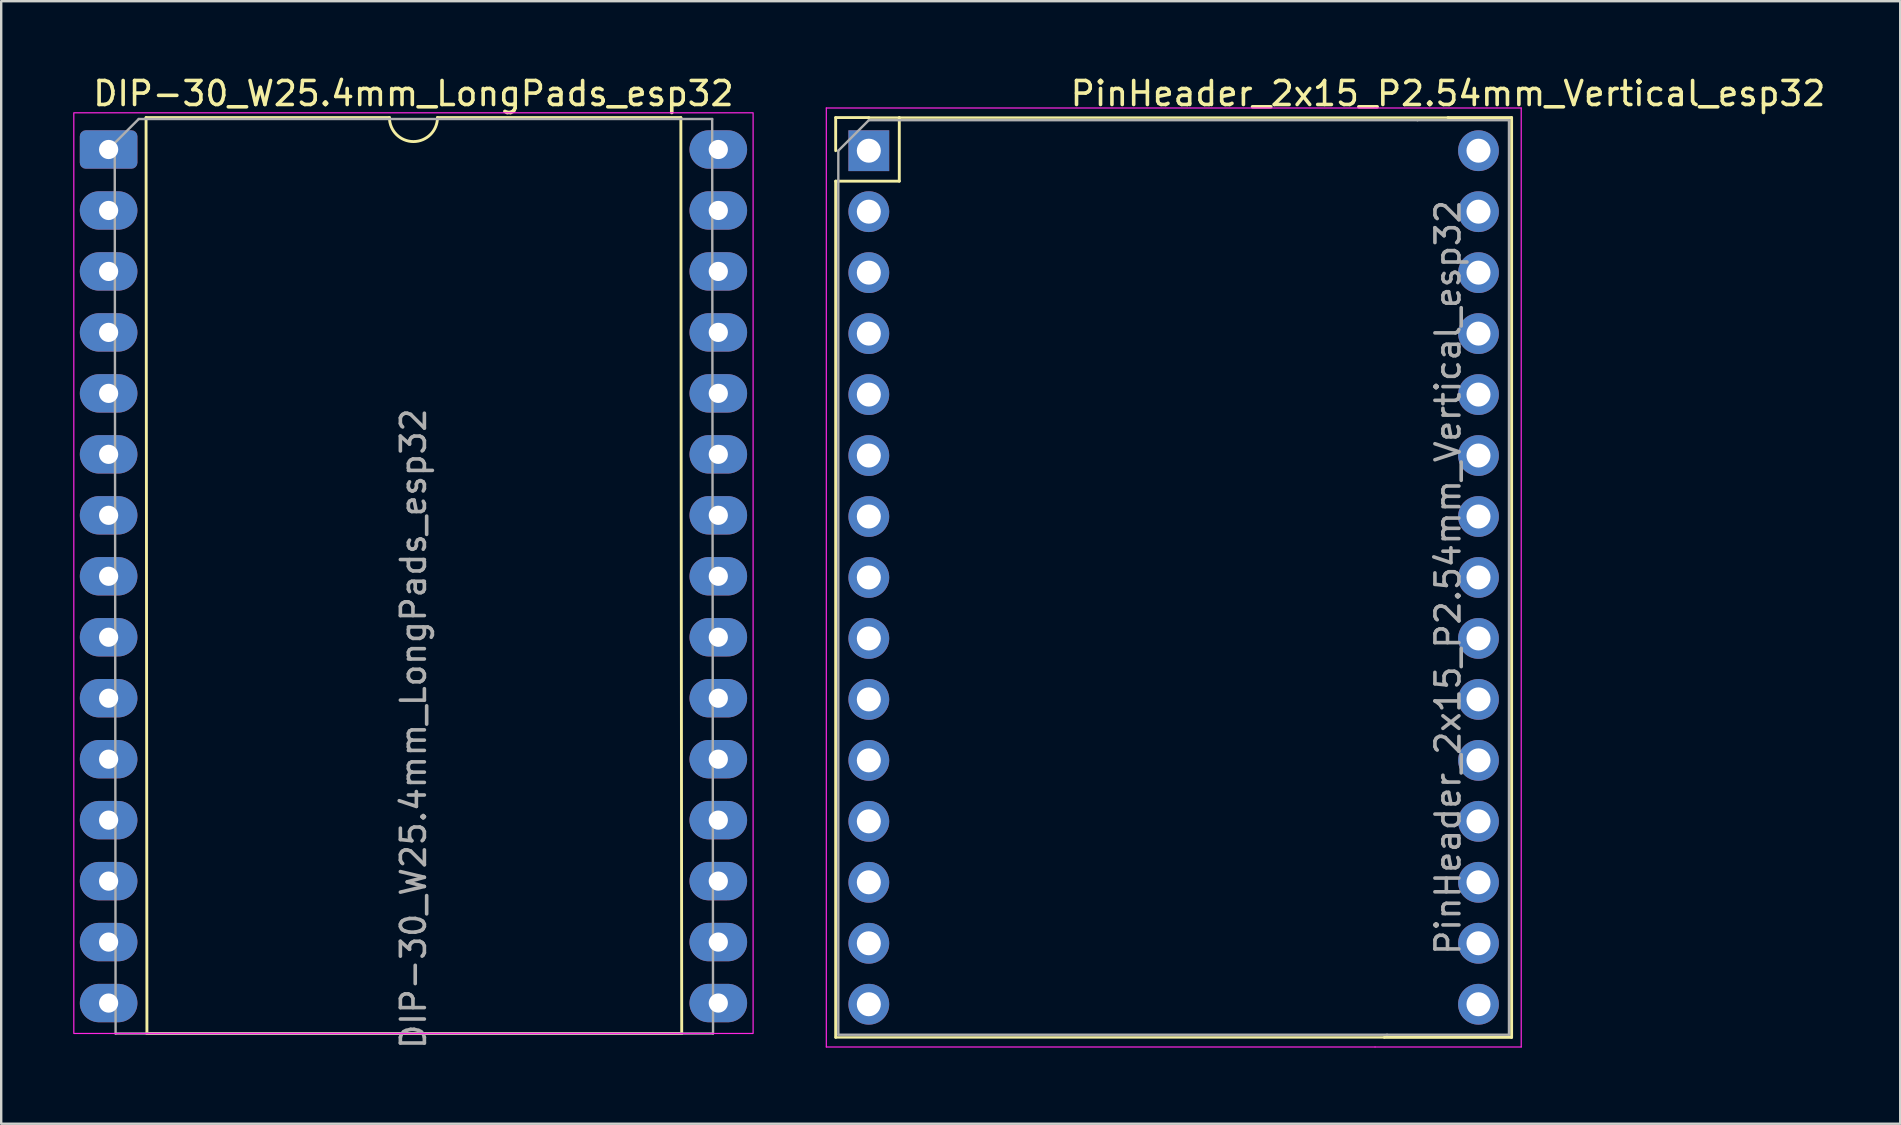
<source format=kicad_pcb>
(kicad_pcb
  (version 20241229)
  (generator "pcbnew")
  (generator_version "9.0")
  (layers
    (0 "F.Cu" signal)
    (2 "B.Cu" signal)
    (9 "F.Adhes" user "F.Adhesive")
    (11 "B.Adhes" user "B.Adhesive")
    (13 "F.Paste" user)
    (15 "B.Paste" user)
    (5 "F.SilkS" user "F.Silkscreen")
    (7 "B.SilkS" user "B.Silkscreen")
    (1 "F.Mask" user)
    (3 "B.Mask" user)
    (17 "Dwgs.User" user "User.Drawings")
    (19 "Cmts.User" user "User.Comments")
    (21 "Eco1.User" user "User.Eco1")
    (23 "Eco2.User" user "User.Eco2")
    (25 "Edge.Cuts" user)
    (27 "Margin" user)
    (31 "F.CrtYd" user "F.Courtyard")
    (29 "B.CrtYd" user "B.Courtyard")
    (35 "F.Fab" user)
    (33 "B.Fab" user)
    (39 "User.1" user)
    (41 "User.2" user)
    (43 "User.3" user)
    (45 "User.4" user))
  (footprint "DIP-30_W25.4mm_LongPads_esp32"
    (layer "F.Cu")
    (at 1.475 3.178)
    (property "Reference" "DIP-30_W25.4mm_LongPads_esp32" (at 12.7 -2.33 0) (layer "F.SilkS") (effects (font (size 1 1) (thickness 0.15))))
    (attr through_hole)
    (fp_line (start 1.56 -1.33) (end 1.596 36.83) (stroke (width 0.12) (type solid)) (layer "F.SilkS"))
    (fp_line (start 1.596 36.83) (end 23.876 36.83) (stroke (width 0.12) (type solid)) (layer "F.SilkS"))
    (fp_line (start 11.7 -1.33) (end 1.56 -1.33) (stroke (width 0.12) (type solid)) (layer "F.SilkS"))
    (fp_line (start 23.84 -1.33) (end 13.7 -1.33) (stroke (width 0.12) (type solid)) (layer "F.SilkS"))
    (fp_line (start 23.876 36.83) (end 23.84 -1.33) (stroke (width 0.12) (type solid)) (layer "F.SilkS"))
    (fp_arc (start 13.7 -1.33) (mid 12.7 -0.33) (end 11.7 -1.33) (stroke (width 0.12) (type solid)) (layer "F.SilkS"))
    (fp_rect (start -1.45 -1.53) (end 26.85 36.826) (stroke (width 0.05) (type solid)) (fill no) (layer "F.CrtYd"))
    (fp_line (start 0.255 -0.27) (end 1.255 -1.27) (stroke (width 0.1) (type solid)) (layer "F.Fab"))
    (fp_line (start 0.291 36.83) (end 0.255 -0.27) (stroke (width 0.1) (type solid)) (layer "F.Fab"))
    (fp_line (start 1.255 -1.27) (end 25.145 -1.27) (stroke (width 0.1) (type solid)) (layer "F.Fab"))
    (fp_line (start 25.145 -1.27) (end 25.181 36.83) (stroke (width 0.1) (type solid)) (layer "F.Fab"))
    (fp_line (start 25.181 36.83) (end 0.291 36.83) (stroke (width 0.1) (type solid)) (layer "F.Fab"))
    (fp_text user "${REFERENCE}" (at 12.7 24.13 90) (layer "F.Fab") (effects (font (size 1 1) (thickness 0.15))))
    (pad "1" thru_hole oval (at 0 35.56) (size 2.4 1.6) (drill 0.8) (layers "*.Cu" "*.Mask"))
    (pad "2" thru_hole oval (at 0 33.02) (size 2.4 1.6) (drill 0.8) (layers "*.Cu" "*.Mask"))
    (pad "3" thru_hole oval (at 0 30.48) (size 2.4 1.6) (drill 0.8) (layers "*.Cu" "*.Mask"))
    (pad "4" thru_hole oval (at 0 27.94) (size 2.4 1.6) (drill 0.8) (layers "*.Cu" "*.Mask"))
    (pad "5" thru_hole oval (at 0 25.4) (size 2.4 1.6) (drill 0.8) (layers "*.Cu" "*.Mask"))
    (pad "6" thru_hole oval (at 0 22.86) (size 2.4 1.6) (drill 0.8) (layers "*.Cu" "*.Mask"))
    (pad "7" thru_hole oval (at 0 20.32) (size 2.4 1.6) (drill 0.8) (layers "*.Cu" "*.Mask"))
    (pad "8" thru_hole oval (at 0 17.78) (size 2.4 1.6) (drill 0.8) (layers "*.Cu" "*.Mask"))
    (pad "9" thru_hole oval (at 0 15.24) (size 2.4 1.6) (drill 0.8) (layers "*.Cu" "*.Mask"))
    (pad "10" thru_hole oval (at 0 12.7) (size 2.4 1.6) (drill 0.8) (layers "*.Cu" "*.Mask"))
    (pad "11" thru_hole oval (at 0 10.16) (size 2.4 1.6) (drill 0.8) (layers "*.Cu" "*.Mask"))
    (pad "12" thru_hole oval (at 0 7.62) (size 2.4 1.6) (drill 0.8) (layers "*.Cu" "*.Mask"))
    (pad "13" thru_hole oval (at 0 5.08) (size 2.4 1.6) (drill 0.8) (layers "*.Cu" "*.Mask"))
    (pad "14" thru_hole oval (at 0 2.54) (size 2.4 1.6) (drill 0.8) (layers "*.Cu" "*.Mask"))
    (pad "15" thru_hole roundrect (at 0 0) (size 2.4 1.6) (drill 0.8) (layers "*.Cu" "*.Mask") (roundrect_rratio 0.156))
    (pad "16" thru_hole oval (at 25.4 35.56) (size 2.4 1.6) (drill 0.8) (layers "*.Cu" "*.Mask"))
    (pad "17" thru_hole oval (at 25.4 33.02) (size 2.4 1.6) (drill 0.8) (layers "*.Cu" "*.Mask"))
    (pad "18" thru_hole oval (at 25.4 30.48) (size 2.4 1.6) (drill 0.8) (layers "*.Cu" "*.Mask"))
    (pad "19" thru_hole oval (at 25.4 27.94) (size 2.4 1.6) (drill 0.8) (layers "*.Cu" "*.Mask"))
    (pad "20" thru_hole oval (at 25.4 25.4) (size 2.4 1.6) (drill 0.8) (layers "*.Cu" "*.Mask"))
    (pad "21" thru_hole oval (at 25.4 22.86) (size 2.4 1.6) (drill 0.8) (layers "*.Cu" "*.Mask"))
    (pad "22" thru_hole oval (at 25.4 20.32) (size 2.4 1.6) (drill 0.8) (layers "*.Cu" "*.Mask"))
    (pad "23" thru_hole oval (at 25.4 17.78) (size 2.4 1.6) (drill 0.8) (layers "*.Cu" "*.Mask"))
    (pad "24" thru_hole oval (at 25.4 15.24) (size 2.4 1.6) (drill 0.8) (layers "*.Cu" "*.Mask"))
    (pad "25" thru_hole oval (at 25.4 12.7) (size 2.4 1.6) (drill 0.8) (layers "*.Cu" "*.Mask"))
    (pad "26" thru_hole oval (at 25.4 10.16) (size 2.4 1.6) (drill 0.8) (layers "*.Cu" "*.Mask"))
    (pad "27" thru_hole oval (at 25.4 7.62) (size 2.4 1.6) (drill 0.8) (layers "*.Cu" "*.Mask"))
    (pad "28" thru_hole oval (at 25.4 5.08) (size 2.4 1.6) (drill 0.8) (layers "*.Cu" "*.Mask"))
    (pad "29" thru_hole oval (at 25.4 2.54) (size 2.4 1.6) (drill 0.8) (layers "*.Cu" "*.Mask"))
    (pad "30" thru_hole oval (at 25.4 0) (size 2.4 1.6) (drill 0.8) (layers "*.Cu" "*.Mask")))
  (footprint "PinHeader_2x15_P2.54mm_Vertical_esp32"
    (layer "F.Cu")
    (at 33.145 3.228)
    (property "Reference" "PinHeader_2x15_P2.54mm_Vertical_esp32" (at 24.13 -2.38 0) (layer "F.SilkS") (effects (font (size 1 1) (thickness 0.15))))
    (attr through_hole)
    (fp_line (start -1.38 -1.38) (end 0 -1.38) (stroke (width 0.12) (type solid)) (layer "F.SilkS"))
    (fp_line (start -1.38 0) (end -1.38 -1.38) (stroke (width 0.12) (type solid)) (layer "F.SilkS"))
    (fp_line (start -1.38 1.27) (end -1.38 36.94) (stroke (width 0.12) (type solid)) (layer "F.SilkS"))
    (fp_line (start -1.38 1.27) (end 1.27 1.27) (stroke (width 0.12) (type solid)) (layer "F.SilkS"))
    (fp_line (start 1.27 -1.38) (end 0 -1.38) (stroke (width 0.1) (type default)) (layer "F.SilkS"))
    (fp_line (start 1.27 1.27) (end 1.27 -1.38) (stroke (width 0.12) (type solid)) (layer "F.SilkS"))
    (fp_line (start 21.48 36.94) (end -1.38 36.94) (stroke (width 0.1) (type default)) (layer "F.SilkS"))
    (fp_line (start 21.48 36.94) (end 26.78 36.94) (stroke (width 0.12) (type solid)) (layer "F.SilkS"))
    (fp_line (start 24.13 -1.38) (end 1.27 -1.38) (stroke (width 0.1) (type default)) (layer "F.SilkS"))
    (fp_line (start 24.13 -1.38) (end 26.78 -1.38) (stroke (width 0.12) (type solid)) (layer "F.SilkS"))
    (fp_line (start 26.78 -1.38) (end 26.78 36.94) (stroke (width 0.12) (type solid)) (layer "F.SilkS"))
    (fp_line (start -1.77 -1.78) (end -1.77 37.34) (stroke (width 0.05) (type solid)) (layer "F.CrtYd"))
    (fp_line (start -1.77 37.34) (end 21.09 37.34) (stroke (width 0.05) (type default)) (layer "F.CrtYd"))
    (fp_line (start 21.09 -1.78) (end -1.77 -1.78) (stroke (width 0.05) (type default)) (layer "F.CrtYd"))
    (fp_line (start 21.09 37.34) (end 27.18 37.34) (stroke (width 0.05) (type solid)) (layer "F.CrtYd"))
    (fp_line (start 27.18 -1.78) (end 21.09 -1.78) (stroke (width 0.05) (type solid)) (layer "F.CrtYd"))
    (fp_line (start 27.18 37.34) (end 27.18 -1.78) (stroke (width 0.05) (type solid)) (layer "F.CrtYd"))
    (fp_line (start -1.27 0) (end 0 -1.27) (stroke (width 0.1) (type solid)) (layer "F.Fab"))
    (fp_line (start -1.27 36.83) (end -1.27 0) (stroke (width 0.1) (type solid)) (layer "F.Fab"))
    (fp_line (start -1.27 36.83) (end 21.59 36.83) (stroke (width 0.1) (type default)) (layer "F.Fab"))
    (fp_line (start 22.86 -1.27) (end 0 -1.27) (stroke (width 0.1) (type default)) (layer "F.Fab"))
    (fp_line (start 22.86 -1.27) (end 26.67 -1.27) (stroke (width 0.1) (type solid)) (layer "F.Fab"))
    (fp_line (start 26.67 -1.27) (end 26.67 36.83) (stroke (width 0.1) (type solid)) (layer "F.Fab"))
    (fp_line (start 26.67 36.83) (end 21.59 36.83) (stroke (width 0.1) (type solid)) (layer "F.Fab"))
    (fp_text user "${REFERENCE}" (at 24.13 17.78 90) (layer "F.Fab") (effects (font (size 1 1) (thickness 0.15))))
    (pad "1" thru_hole circle (at 0 35.56) (size 1.7 1.7) (drill 1) (layers "*.Cu" "*.Mask"))
    (pad "2" thru_hole circle (at 0 33.02) (size 1.7 1.7) (drill 1) (layers "*.Cu" "*.Mask"))
    (pad "3" thru_hole circle (at 0 30.48) (size 1.7 1.7) (drill 1) (layers "*.Cu" "*.Mask"))
    (pad "4" thru_hole circle (at 0 27.94) (size 1.7 1.7) (drill 1) (layers "*.Cu" "*.Mask"))
    (pad "5" thru_hole circle (at 0 25.4) (size 1.7 1.7) (drill 1) (layers "*.Cu" "*.Mask"))
    (pad "6" thru_hole circle (at 0 22.86) (size 1.7 1.7) (drill 1) (layers "*.Cu" "*.Mask"))
    (pad "7" thru_hole circle (at 0 20.32) (size 1.7 1.7) (drill 1) (layers "*.Cu" "*.Mask"))
    (pad "8" thru_hole circle (at 0 17.78) (size 1.7 1.7) (drill 1) (layers "*.Cu" "*.Mask"))
    (pad "9" thru_hole circle (at 0 15.24) (size 1.7 1.7) (drill 1) (layers "*.Cu" "*.Mask"))
    (pad "10" thru_hole circle (at 0 12.7) (size 1.7 1.7) (drill 1) (layers "*.Cu" "*.Mask"))
    (pad "11" thru_hole circle (at 0 10.16) (size 1.7 1.7) (drill 1) (layers "*.Cu" "*.Mask"))
    (pad "12" thru_hole circle (at 0 7.62) (size 1.7 1.7) (drill 1) (layers "*.Cu" "*.Mask"))
    (pad "13" thru_hole circle (at 0 5.08) (size 1.7 1.7) (drill 1) (layers "*.Cu" "*.Mask"))
    (pad "14" thru_hole circle (at 0 2.54) (size 1.7 1.7) (drill 1) (layers "*.Cu" "*.Mask"))
    (pad "15" thru_hole rect (at 0 0) (size 1.7 1.7) (drill 1) (layers "*.Cu" "*.Mask"))
    (pad "16" thru_hole circle (at 25.4 35.56) (size 1.7 1.7) (drill 1) (layers "*.Cu" "*.Mask"))
    (pad "17" thru_hole circle (at 25.4 33.02) (size 1.7 1.7) (drill 1) (layers "*.Cu" "*.Mask"))
    (pad "18" thru_hole circle (at 25.4 30.48) (size 1.7 1.7) (drill 1) (layers "*.Cu" "*.Mask"))
    (pad "19" thru_hole circle (at 25.4 27.94) (size 1.7 1.7) (drill 1) (layers "*.Cu" "*.Mask"))
    (pad "20" thru_hole circle (at 25.4 25.4) (size 1.7 1.7) (drill 1) (layers "*.Cu" "*.Mask"))
    (pad "21" thru_hole circle (at 25.4 22.86) (size 1.7 1.7) (drill 1) (layers "*.Cu" "*.Mask"))
    (pad "22" thru_hole circle (at 25.4 20.32) (size 1.7 1.7) (drill 1) (layers "*.Cu" "*.Mask"))
    (pad "23" thru_hole circle (at 25.4 17.78) (size 1.7 1.7) (drill 1) (layers "*.Cu" "*.Mask"))
    (pad "24" thru_hole circle (at 25.4 15.24) (size 1.7 1.7) (drill 1) (layers "*.Cu" "*.Mask"))
    (pad "25" thru_hole circle (at 25.4 12.7) (size 1.7 1.7) (drill 1) (layers "*.Cu" "*.Mask"))
    (pad "26" thru_hole circle (at 25.4 10.16) (size 1.7 1.7) (drill 1) (layers "*.Cu" "*.Mask"))
    (pad "27" thru_hole circle (at 25.4 7.62) (size 1.7 1.7) (drill 1) (layers "*.Cu" "*.Mask"))
    (pad "28" thru_hole circle (at 25.4 5.08) (size 1.7 1.7) (drill 1) (layers "*.Cu" "*.Mask"))
    (pad "29" thru_hole circle (at 25.4 2.54) (size 1.7 1.7) (drill 1) (layers "*.Cu" "*.Mask"))
    (pad "30" thru_hole circle (at 25.4 0) (size 1.7 1.7) (drill 1) (layers "*.Cu" "*.Mask")))
  (gr_rect
    (start -3 -3)
    (end 76.114 43.767)
    (stroke (width 0.1) (type default))
    (fill no)
    (layer "Edge.Cuts")))
</source>
